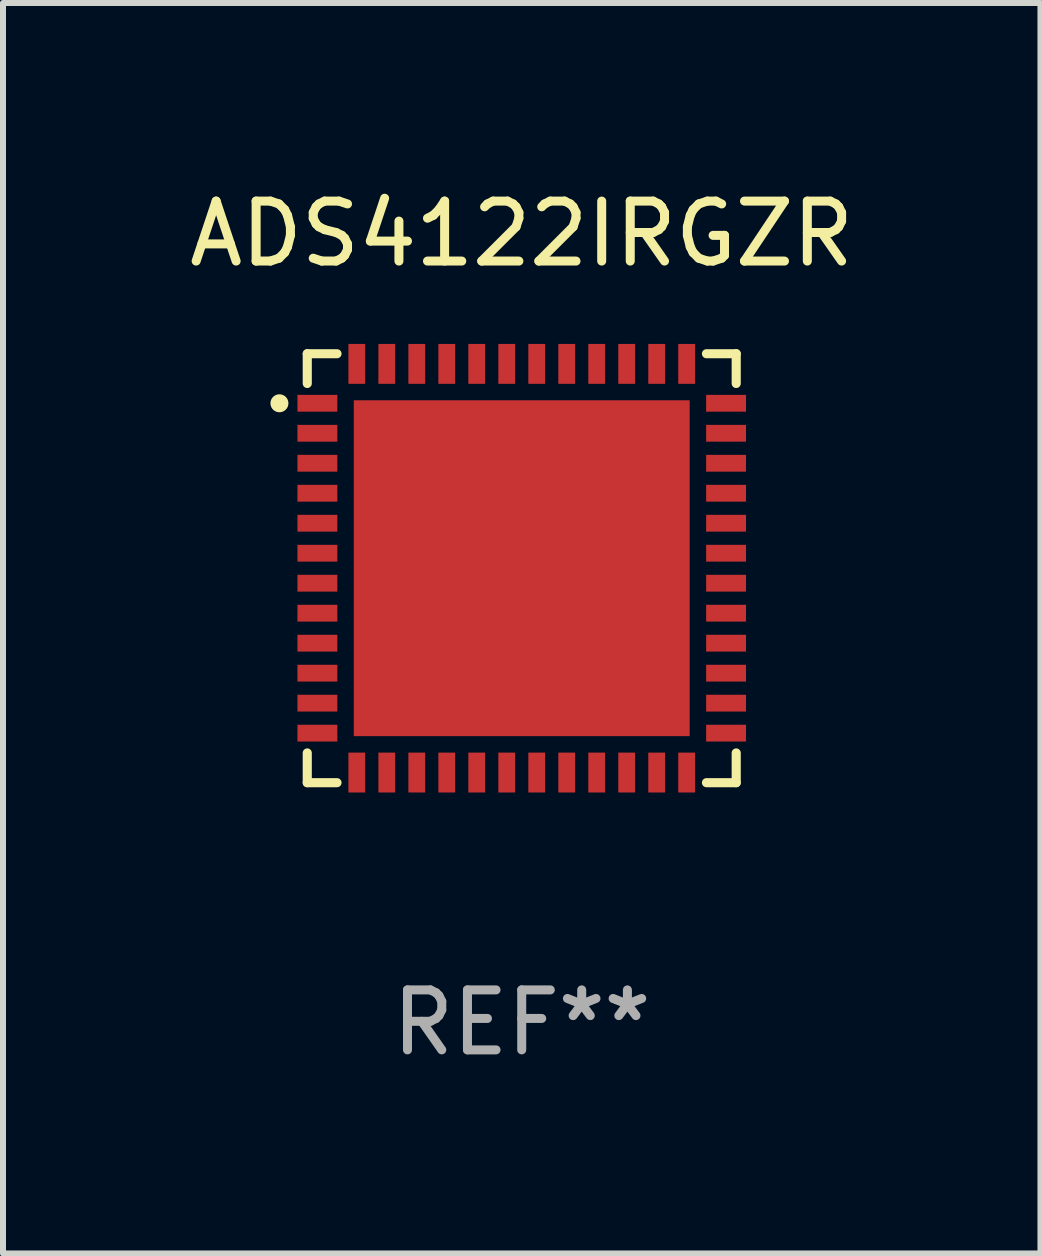
<source format=kicad_pcb>
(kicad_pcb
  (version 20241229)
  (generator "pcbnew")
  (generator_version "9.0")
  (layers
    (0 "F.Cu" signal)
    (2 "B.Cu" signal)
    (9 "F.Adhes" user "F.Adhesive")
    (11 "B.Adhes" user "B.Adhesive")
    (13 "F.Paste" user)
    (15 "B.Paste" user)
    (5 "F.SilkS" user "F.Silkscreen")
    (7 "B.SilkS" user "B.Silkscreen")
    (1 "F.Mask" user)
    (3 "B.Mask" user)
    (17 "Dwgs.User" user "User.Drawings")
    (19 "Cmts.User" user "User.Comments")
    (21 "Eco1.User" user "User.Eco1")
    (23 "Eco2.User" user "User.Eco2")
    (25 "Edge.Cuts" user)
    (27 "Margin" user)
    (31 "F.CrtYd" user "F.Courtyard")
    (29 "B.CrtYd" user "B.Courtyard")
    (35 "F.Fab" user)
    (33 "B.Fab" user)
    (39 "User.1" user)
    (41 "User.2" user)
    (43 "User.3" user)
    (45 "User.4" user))
  (footprint "ADS4122IRGZR"
    (layer "F.Cu")
    (at 5.649 6.424)
    (property "Reference" "ADS4122IRGZR" (at 0 -5.576 0) (layer "F.SilkS") (effects (font (size 1 1) (thickness 0.15))))
    (attr through_hole)
    (fp_line (start -3.576 -3.576) (end -3.576 -3.08) (stroke (width 0.152) (type solid)) (layer "F.SilkS"))
    (fp_line (start -3.576 3.576) (end -3.576 3.08) (stroke (width 0.152) (type solid)) (layer "F.SilkS"))
    (fp_line (start -3.08 -3.576) (end -3.576 -3.576) (stroke (width 0.152) (type solid)) (layer "F.SilkS"))
    (fp_line (start -3.08 3.576) (end -3.576 3.576) (stroke (width 0.152) (type solid)) (layer "F.SilkS"))
    (fp_line (start 3.08 -3.576) (end 3.576 -3.576) (stroke (width 0.152) (type solid)) (layer "F.SilkS"))
    (fp_line (start 3.08 3.576) (end 3.576 3.576) (stroke (width 0.152) (type solid)) (layer "F.SilkS"))
    (fp_line (start 3.576 -3.576) (end 3.576 -3.08) (stroke (width 0.152) (type solid)) (layer "F.SilkS"))
    (fp_line (start 3.576 3.576) (end 3.576 3.08) (stroke (width 0.152) (type solid)) (layer "F.SilkS"))
    (fp_circle (center -4.04 -2.75) (end -3.965 -2.75) (stroke (width 0.15) (type solid)) (fill no) (layer "F.SilkS"))
    (fp_text user "REF**" (at 0 7.576 0) (layer "F.Fab") (effects (font (size 1 1) (thickness 0.15))))
    (pad "1" smd rect (at -3.407 -2.75) (size 0.665 0.28) (layers "F.Cu" "F.Mask" "F.Paste"))
    (pad "2" smd rect (at -3.407 -2.25) (size 0.665 0.28) (layers "F.Cu" "F.Mask" "F.Paste"))
    (pad "3" smd rect (at -3.407 -1.75) (size 0.665 0.28) (layers "F.Cu" "F.Mask" "F.Paste"))
    (pad "4" smd rect (at -3.407 -1.25) (size 0.665 0.28) (layers "F.Cu" "F.Mask" "F.Paste"))
    (pad "5" smd rect (at -3.407 -0.75) (size 0.665 0.28) (layers "F.Cu" "F.Mask" "F.Paste"))
    (pad "6" smd rect (at -3.407 -0.25) (size 0.665 0.28) (layers "F.Cu" "F.Mask" "F.Paste"))
    (pad "7" smd rect (at -3.407 0.25) (size 0.665 0.28) (layers "F.Cu" "F.Mask" "F.Paste"))
    (pad "8" smd rect (at -3.407 0.75) (size 0.665 0.28) (layers "F.Cu" "F.Mask" "F.Paste"))
    (pad "9" smd rect (at -3.407 1.25) (size 0.665 0.28) (layers "F.Cu" "F.Mask" "F.Paste"))
    (pad "10" smd rect (at -3.407 1.75) (size 0.665 0.28) (layers "F.Cu" "F.Mask" "F.Paste"))
    (pad "11" smd rect (at -3.407 2.25) (size 0.665 0.28) (layers "F.Cu" "F.Mask" "F.Paste"))
    (pad "12" smd rect (at -3.407 2.75) (size 0.665 0.28) (layers "F.Cu" "F.Mask" "F.Paste"))
    (pad "13" smd rect (at -2.75 3.407) (size 0.28 0.665) (layers "F.Cu" "F.Mask" "F.Paste"))
    (pad "14" smd rect (at -2.25 3.407) (size 0.28 0.665) (layers "F.Cu" "F.Mask" "F.Paste"))
    (pad "15" smd rect (at -1.75 3.407) (size 0.28 0.665) (layers "F.Cu" "F.Mask" "F.Paste"))
    (pad "16" smd rect (at -1.25 3.407) (size 0.28 0.665) (layers "F.Cu" "F.Mask" "F.Paste"))
    (pad "17" smd rect (at -0.75 3.407) (size 0.28 0.665) (layers "F.Cu" "F.Mask" "F.Paste"))
    (pad "18" smd rect (at -0.25 3.407) (size 0.28 0.665) (layers "F.Cu" "F.Mask" "F.Paste"))
    (pad "19" smd rect (at 0.25 3.407) (size 0.28 0.665) (layers "F.Cu" "F.Mask" "F.Paste"))
    (pad "20" smd rect (at 0.75 3.407) (size 0.28 0.665) (layers "F.Cu" "F.Mask" "F.Paste"))
    (pad "21" smd rect (at 1.25 3.407) (size 0.28 0.665) (layers "F.Cu" "F.Mask" "F.Paste"))
    (pad "22" smd rect (at 1.75 3.407) (size 0.28 0.665) (layers "F.Cu" "F.Mask" "F.Paste"))
    (pad "23" smd rect (at 2.25 3.407) (size 0.28 0.665) (layers "F.Cu" "F.Mask" "F.Paste"))
    (pad "24" smd rect (at 2.75 3.407) (size 0.28 0.665) (layers "F.Cu" "F.Mask" "F.Paste"))
    (pad "25" smd rect (at 3.407 2.75) (size 0.665 0.28) (layers "F.Cu" "F.Mask" "F.Paste"))
    (pad "26" smd rect (at 3.407 2.25) (size 0.665 0.28) (layers "F.Cu" "F.Mask" "F.Paste"))
    (pad "27" smd rect (at 3.407 1.75) (size 0.665 0.28) (layers "F.Cu" "F.Mask" "F.Paste"))
    (pad "28" smd rect (at 3.407 1.25) (size 0.665 0.28) (layers "F.Cu" "F.Mask" "F.Paste"))
    (pad "29" smd rect (at 3.407 0.75) (size 0.665 0.28) (layers "F.Cu" "F.Mask" "F.Paste"))
    (pad "30" smd rect (at 3.407 0.25) (size 0.665 0.28) (layers "F.Cu" "F.Mask" "F.Paste"))
    (pad "31" smd rect (at 3.407 -0.25) (size 0.665 0.28) (layers "F.Cu" "F.Mask" "F.Paste"))
    (pad "32" smd rect (at 3.407 -0.75) (size 0.665 0.28) (layers "F.Cu" "F.Mask" "F.Paste"))
    (pad "33" smd rect (at 3.407 -1.25) (size 0.665 0.28) (layers "F.Cu" "F.Mask" "F.Paste"))
    (pad "34" smd rect (at 3.407 -1.75) (size 0.665 0.28) (layers "F.Cu" "F.Mask" "F.Paste"))
    (pad "35" smd rect (at 3.407 -2.25) (size 0.665 0.28) (layers "F.Cu" "F.Mask" "F.Paste"))
    (pad "36" smd rect (at 3.407 -2.75) (size 0.665 0.28) (layers "F.Cu" "F.Mask" "F.Paste"))
    (pad "37" smd rect (at 2.75 -3.407) (size 0.28 0.665) (layers "F.Cu" "F.Mask" "F.Paste"))
    (pad "38" smd rect (at 2.25 -3.407) (size 0.28 0.665) (layers "F.Cu" "F.Mask" "F.Paste"))
    (pad "39" smd rect (at 1.75 -3.407) (size 0.28 0.665) (layers "F.Cu" "F.Mask" "F.Paste"))
    (pad "40" smd rect (at 1.25 -3.407) (size 0.28 0.665) (layers "F.Cu" "F.Mask" "F.Paste"))
    (pad "41" smd rect (at 0.75 -3.407) (size 0.28 0.665) (layers "F.Cu" "F.Mask" "F.Paste"))
    (pad "42" smd rect (at 0.25 -3.407) (size 0.28 0.665) (layers "F.Cu" "F.Mask" "F.Paste"))
    (pad "43" smd rect (at -0.25 -3.407) (size 0.28 0.665) (layers "F.Cu" "F.Mask" "F.Paste"))
    (pad "44" smd rect (at -0.75 -3.407) (size 0.28 0.665) (layers "F.Cu" "F.Mask" "F.Paste"))
    (pad "45" smd rect (at -1.25 -3.407) (size 0.28 0.665) (layers "F.Cu" "F.Mask" "F.Paste"))
    (pad "46" smd rect (at -1.75 -3.407) (size 0.28 0.665) (layers "F.Cu" "F.Mask" "F.Paste"))
    (pad "47" smd rect (at -2.25 -3.407) (size 0.28 0.665) (layers "F.Cu" "F.Mask" "F.Paste"))
    (pad "48" smd rect (at -2.75 -3.407) (size 0.28 0.665) (layers "F.Cu" "F.Mask" "F.Paste"))
    (pad "49" smd rect (at 0 0) (size 5.6 5.6) (layers "F.Cu" "F.Mask" "F.Paste")))
  (gr_rect
    (start -3 -3)
    (end 14.298 17.849)
    (stroke (width 0.1) (type default))
    (fill no)
    (layer "Edge.Cuts")))
</source>
